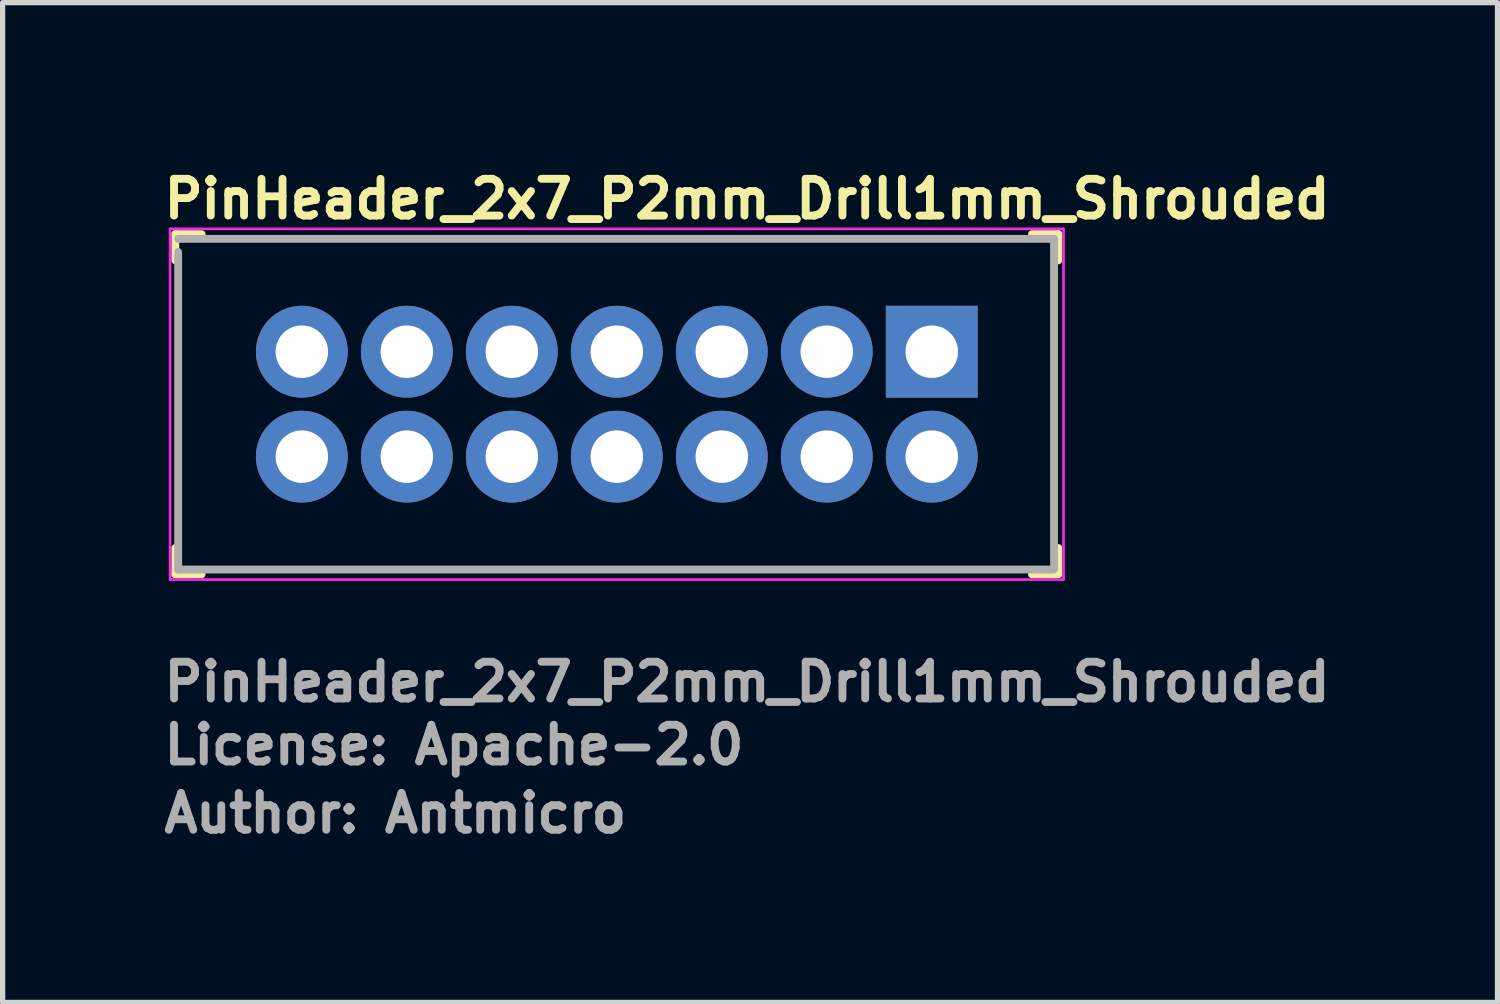
<source format=kicad_pcb>
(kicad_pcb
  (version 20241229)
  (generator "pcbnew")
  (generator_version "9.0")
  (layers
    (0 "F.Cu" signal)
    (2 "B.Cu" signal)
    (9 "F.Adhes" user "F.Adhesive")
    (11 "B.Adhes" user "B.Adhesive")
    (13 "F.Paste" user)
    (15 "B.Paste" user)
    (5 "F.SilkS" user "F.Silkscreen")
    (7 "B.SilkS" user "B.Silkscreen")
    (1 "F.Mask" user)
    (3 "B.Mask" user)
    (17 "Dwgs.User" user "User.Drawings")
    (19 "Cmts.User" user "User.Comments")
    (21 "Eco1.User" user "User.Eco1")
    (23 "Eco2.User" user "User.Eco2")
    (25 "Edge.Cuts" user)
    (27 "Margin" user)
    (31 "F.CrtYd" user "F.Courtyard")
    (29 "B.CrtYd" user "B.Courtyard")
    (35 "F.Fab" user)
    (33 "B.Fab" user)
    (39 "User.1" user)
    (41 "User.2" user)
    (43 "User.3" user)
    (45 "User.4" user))
  (footprint "PinHeader_2x7_P2mm_Drill1mm_Shrouded"
    (layer "F.Cu")
    (at 14.7 3.65)
    (property "Reference" "PinHeader_2x7_P2mm_Drill1mm_Shrouded" (at -14.7 -2.5 0) (layer "F.SilkS") (effects (font (size 0.7 0.7) (thickness 0.15)) (justify left bottom)))
    (attr through_hole)
    (fp_line (start -14.41 -2.24) (end -14.41 -1.74) (stroke (width 0.15) (type solid)) (layer "F.SilkS"))
    (fp_line (start -14.41 -2.24) (end -13.91 -2.24) (stroke (width 0.15) (type solid)) (layer "F.SilkS"))
    (fp_line (start -14.41 4.24) (end -14.41 3.74) (stroke (width 0.15) (type solid)) (layer "F.SilkS"))
    (fp_line (start -14.41 4.24) (end -13.91 4.24) (stroke (width 0.15) (type solid)) (layer "F.SilkS"))
    (fp_line (start 2.41 -2.24) (end 1.91 -2.24) (stroke (width 0.15) (type solid)) (layer "F.SilkS"))
    (fp_line (start 2.41 -2.24) (end 2.41 -1.74) (stroke (width 0.15) (type solid)) (layer "F.SilkS"))
    (fp_line (start 2.41 4.24) (end 1.91 4.24) (stroke (width 0.15) (type solid)) (layer "F.SilkS"))
    (fp_line (start 2.41 4.24) (end 2.41 3.74) (stroke (width 0.15) (type solid)) (layer "F.SilkS"))
    (fp_line (start -14.51 -2.34) (end -14.51 4.34) (stroke (width 0.05) (type solid)) (layer "F.CrtYd"))
    (fp_line (start 2.51 -2.34) (end -14.51 -2.34) (stroke (width 0.05) (type solid)) (layer "F.CrtYd"))
    (fp_line (start 2.51 -2.34) (end 2.51 4.34) (stroke (width 0.05) (type solid)) (layer "F.CrtYd"))
    (fp_line (start 2.51 4.34) (end -14.51 4.34) (stroke (width 0.05) (type solid)) (layer "F.CrtYd"))
    (fp_line (start -14.356 -2.15) (end 2.293 -2.15) (stroke (width 0.15) (type solid)) (layer "F.Fab"))
    (fp_line (start -14.356 -1.898) (end -14.356 4.15) (stroke (width 0.15) (type solid)) (layer "F.Fab"))
    (fp_line (start -14.356 4.15) (end 2.32 4.15) (stroke (width 0.15) (type solid)) (layer "F.Fab"))
    (fp_line (start 2.33 -2.15) (end 2.33 4.13) (stroke (width 0.15) (type solid)) (layer "F.Fab"))
    (fp_rect (start -14.326 -2.15) (end 2.325 4.15) (stroke (width 0.1) (type solid)) (fill no) (layer "User.5"))
    (fp_line (start -14.326 -2.15) (end -8 -2.15) (stroke (width 0.02) (type solid)) (layer "User.9"))
    (fp_line (start -14.326 0.248) (end -14.326 -2.15) (stroke (width 0.02) (type solid)) (layer "User.9"))
    (fp_line (start -14.326 0.248) (end -14.026 0.248) (stroke (width 0.02) (type solid)) (layer "User.9"))
    (fp_line (start -14.326 0.848) (end -14.326 0.248) (stroke (width 0.02) (type solid)) (layer "User.9"))
    (fp_line (start -14.326 0.848) (end -14.326 2.148) (stroke (width 0.02) (type solid)) (layer "User.9"))
    (fp_line (start -14.326 0.848) (end -13.426 0.848) (stroke (width 0.02) (type solid)) (layer "User.9"))
    (fp_line (start -14.326 2.749) (end -14.326 2.148) (stroke (width 0.02) (type solid)) (layer "User.9"))
    (fp_line (start -14.326 4.15) (end -14.326 2.749) (stroke (width 0.02) (type solid)) (layer "User.9"))
    (fp_line (start -14.326 4.15) (end 2.325 4.15) (stroke (width 0.02) (type solid)) (layer "User.9"))
    (fp_line (start -14.026 -1.851) (end -8 -1.851) (stroke (width 0.02) (type solid)) (layer "User.9"))
    (fp_line (start -14.026 0.248) (end -14.026 -1.851) (stroke (width 0.02) (type solid)) (layer "User.9"))
    (fp_line (start -14.026 2.749) (end -14.326 2.749) (stroke (width 0.02) (type solid)) (layer "User.9"))
    (fp_line (start -14.026 3.85) (end -14.026 2.749) (stroke (width 0.02) (type solid)) (layer "User.9"))
    (fp_line (start -13.426 -1.25) (end -14.026 -1.851) (stroke (width 0.02) (type solid)) (layer "User.9"))
    (fp_line (start -13.426 -1.25) (end -13.026 -1.25) (stroke (width 0.02) (type solid)) (layer "User.9"))
    (fp_line (start -13.426 0.848) (end -14.026 0.248) (stroke (width 0.02) (type solid)) (layer "User.9"))
    (fp_line (start -13.426 0.848) (end -13.426 -1.25) (stroke (width 0.02) (type solid)) (layer "User.9"))
    (fp_line (start -13.426 2.148) (end -14.326 2.148) (stroke (width 0.02) (type solid)) (layer "User.9"))
    (fp_line (start -13.426 2.148) (end -14.026 2.749) (stroke (width 0.02) (type solid)) (layer "User.9"))
    (fp_line (start -13.426 3.249) (end -14.026 3.85) (stroke (width 0.02) (type solid)) (layer "User.9"))
    (fp_line (start -13.426 3.249) (end -13.426 2.148) (stroke (width 0.02) (type solid)) (layer "User.9"))
    (fp_line (start -13.026 -1.5) (end -7.34 -1.5) (stroke (width 0.02) (type solid)) (layer "User.9"))
    (fp_line (start -13.026 -1.25) (end -13.026 -1.5) (stroke (width 0.02) (type solid)) (layer "User.9"))
    (fp_line (start -13.026 3.249) (end -13.426 3.249) (stroke (width 0.02) (type solid)) (layer "User.9"))
    (fp_line (start -13.026 3.249) (end -13.026 3.499) (stroke (width 0.02) (type solid)) (layer "User.9"))
    (fp_line (start -13.026 3.499) (end -12.401 3.499) (stroke (width 0.02) (type solid)) (layer "User.9"))
    (fp_line (start -12.401 3.249) (end -12.401 3.499) (stroke (width 0.02) (type solid)) (layer "User.9"))
    (fp_line (start -12.25 -0.25) (end -11.75 -0.25) (stroke (width 0.02) (type solid)) (layer "User.9"))
    (fp_line (start -12.25 0.248) (end -12.25 -0.25) (stroke (width 0.02) (type solid)) (layer "User.9"))
    (fp_line (start -12.25 0.248) (end -11.75 0.248) (stroke (width 0.02) (type solid)) (layer "User.9"))
    (fp_line (start -12.25 1.749) (end -12.1 1.898) (stroke (width 0.02) (type solid)) (layer "User.9"))
    (fp_line (start -12.25 1.749) (end -11.75 1.749) (stroke (width 0.02) (type solid)) (layer "User.9"))
    (fp_line (start -12.25 2.249) (end -12.25 1.749) (stroke (width 0.02) (type solid)) (layer "User.9"))
    (fp_line (start -12.25 2.249) (end -11.75 2.249) (stroke (width 0.02) (type solid)) (layer "User.9"))
    (fp_line (start -12.1 -0.102) (end -12.25 -0.25) (stroke (width 0.02) (type solid)) (layer "User.9"))
    (fp_line (start -12.1 -0.102) (end -11.901 -0.102) (stroke (width 0.02) (type solid)) (layer "User.9"))
    (fp_line (start -12.1 0.1) (end -12.25 0.248) (stroke (width 0.02) (type solid)) (layer "User.9"))
    (fp_line (start -12.1 0.1) (end -12.1 -0.102) (stroke (width 0.02) (type solid)) (layer "User.9"))
    (fp_line (start -12.1 0.1) (end -11.901 0.1) (stroke (width 0.02) (type solid)) (layer "User.9"))
    (fp_line (start -12.1 1.898) (end -11.901 1.898) (stroke (width 0.02) (type solid)) (layer "User.9"))
    (fp_line (start -12.1 2.1) (end -12.25 2.249) (stroke (width 0.02) (type solid)) (layer "User.9"))
    (fp_line (start -12.1 2.1) (end -12.1 1.898) (stroke (width 0.02) (type solid)) (layer "User.9"))
    (fp_line (start -12.1 2.1) (end -11.901 2.1) (stroke (width 0.02) (type solid)) (layer "User.9"))
    (fp_line (start -11.901 -0.102) (end -11.901 0.1) (stroke (width 0.02) (type solid)) (layer "User.9"))
    (fp_line (start -11.901 -0.102) (end -11.75 -0.25) (stroke (width 0.02) (type solid)) (layer "User.9"))
    (fp_line (start -11.901 0.1) (end -11.75 0.248) (stroke (width 0.02) (type solid)) (layer "User.9"))
    (fp_line (start -11.901 1.898) (end -11.901 2.1) (stroke (width 0.02) (type solid)) (layer "User.9"))
    (fp_line (start -11.901 1.898) (end -11.75 1.749) (stroke (width 0.02) (type solid)) (layer "User.9"))
    (fp_line (start -11.901 2.1) (end -11.75 2.249) (stroke (width 0.02) (type solid)) (layer "User.9"))
    (fp_line (start -11.75 -0.25) (end -11.75 0.248) (stroke (width 0.02) (type solid)) (layer "User.9"))
    (fp_line (start -11.75 1.749) (end -11.75 2.249) (stroke (width 0.02) (type solid)) (layer "User.9"))
    (fp_line (start -11.613 -1.5) (end -11.613 -1.25) (stroke (width 0.02) (type solid)) (layer "User.9"))
    (fp_line (start -11.6 3.249) (end -12.401 3.249) (stroke (width 0.02) (type solid)) (layer "User.9"))
    (fp_line (start -11.6 3.249) (end -11.6 3.499) (stroke (width 0.02) (type solid)) (layer "User.9"))
    (fp_line (start -11.6 3.499) (end -6.401 3.499) (stroke (width 0.02) (type solid)) (layer "User.9"))
    (fp_line (start -10.25 -0.25) (end -9.75 -0.25) (stroke (width 0.02) (type solid)) (layer "User.9"))
    (fp_line (start -10.25 0.248) (end -10.25 -0.25) (stroke (width 0.02) (type solid)) (layer "User.9"))
    (fp_line (start -10.25 0.248) (end -9.75 0.248) (stroke (width 0.02) (type solid)) (layer "User.9"))
    (fp_line (start -10.25 1.749) (end -10.1 1.898) (stroke (width 0.02) (type solid)) (layer "User.9"))
    (fp_line (start -10.25 1.749) (end -9.75 1.749) (stroke (width 0.02) (type solid)) (layer "User.9"))
    (fp_line (start -10.25 2.249) (end -10.25 1.749) (stroke (width 0.02) (type solid)) (layer "User.9"))
    (fp_line (start -10.25 2.249) (end -9.75 2.249) (stroke (width 0.02) (type solid)) (layer "User.9"))
    (fp_line (start -10.1 -0.102) (end -10.25 -0.25) (stroke (width 0.02) (type solid)) (layer "User.9"))
    (fp_line (start -10.1 -0.102) (end -9.901 -0.102) (stroke (width 0.02) (type solid)) (layer "User.9"))
    (fp_line (start -10.1 0.1) (end -10.25 0.248) (stroke (width 0.02) (type solid)) (layer "User.9"))
    (fp_line (start -10.1 0.1) (end -10.1 -0.102) (stroke (width 0.02) (type solid)) (layer "User.9"))
    (fp_line (start -10.1 0.1) (end -9.901 0.1) (stroke (width 0.02) (type solid)) (layer "User.9"))
    (fp_line (start -10.1 1.898) (end -9.901 1.898) (stroke (width 0.02) (type solid)) (layer "User.9"))
    (fp_line (start -10.1 2.1) (end -10.25 2.249) (stroke (width 0.02) (type solid)) (layer "User.9"))
    (fp_line (start -10.1 2.1) (end -10.1 1.898) (stroke (width 0.02) (type solid)) (layer "User.9"))
    (fp_line (start -10.1 2.1) (end -9.901 2.1) (stroke (width 0.02) (type solid)) (layer "User.9"))
    (fp_line (start -9.901 -0.102) (end -9.901 0.1) (stroke (width 0.02) (type solid)) (layer "User.9"))
    (fp_line (start -9.901 -0.102) (end -9.75 -0.25) (stroke (width 0.02) (type solid)) (layer "User.9"))
    (fp_line (start -9.901 0.1) (end -9.75 0.248) (stroke (width 0.02) (type solid)) (layer "User.9"))
    (fp_line (start -9.901 1.898) (end -9.901 2.1) (stroke (width 0.02) (type solid)) (layer "User.9"))
    (fp_line (start -9.901 1.898) (end -9.75 1.749) (stroke (width 0.02) (type solid)) (layer "User.9"))
    (fp_line (start -9.901 2.1) (end -9.75 2.249) (stroke (width 0.02) (type solid)) (layer "User.9"))
    (fp_line (start -9.75 -0.25) (end -9.75 0.248) (stroke (width 0.02) (type solid)) (layer "User.9"))
    (fp_line (start -9.75 1.749) (end -9.75 2.249) (stroke (width 0.02) (type solid)) (layer "User.9"))
    (fp_line (start -8.388 -1.5) (end -8.388 -1.25) (stroke (width 0.02) (type solid)) (layer "User.9"))
    (fp_line (start -8.388 -1.25) (end -11.613 -1.25) (stroke (width 0.02) (type solid)) (layer "User.9"))
    (fp_line (start -8.25 -0.25) (end -7.75 -0.25) (stroke (width 0.02) (type solid)) (layer "User.9"))
    (fp_line (start -8.25 0.248) (end -8.25 -0.25) (stroke (width 0.02) (type solid)) (layer "User.9"))
    (fp_line (start -8.25 0.248) (end -7.75 0.248) (stroke (width 0.02) (type solid)) (layer "User.9"))
    (fp_line (start -8.25 1.749) (end -8.1 1.898) (stroke (width 0.02) (type solid)) (layer "User.9"))
    (fp_line (start -8.25 1.749) (end -7.75 1.749) (stroke (width 0.02) (type solid)) (layer "User.9"))
    (fp_line (start -8.25 2.249) (end -8.25 1.749) (stroke (width 0.02) (type solid)) (layer "User.9"))
    (fp_line (start -8.25 2.249) (end -7.75 2.249) (stroke (width 0.02) (type solid)) (layer "User.9"))
    (fp_line (start -8.1 -0.102) (end -8.25 -0.25) (stroke (width 0.02) (type solid)) (layer "User.9"))
    (fp_line (start -8.1 -0.102) (end -7.901 -0.102) (stroke (width 0.02) (type solid)) (layer "User.9"))
    (fp_line (start -8.1 0.1) (end -8.25 0.248) (stroke (width 0.02) (type solid)) (layer "User.9"))
    (fp_line (start -8.1 0.1) (end -8.1 -0.102) (stroke (width 0.02) (type solid)) (layer "User.9"))
    (fp_line (start -8.1 0.1) (end -7.901 0.1) (stroke (width 0.02) (type solid)) (layer "User.9"))
    (fp_line (start -8.1 1.898) (end -7.901 1.898) (stroke (width 0.02) (type solid)) (layer "User.9"))
    (fp_line (start -8.1 2.1) (end -8.25 2.249) (stroke (width 0.02) (type solid)) (layer "User.9"))
    (fp_line (start -8.1 2.1) (end -8.1 1.898) (stroke (width 0.02) (type solid)) (layer "User.9"))
    (fp_line (start -8.1 2.1) (end -7.901 2.1) (stroke (width 0.02) (type solid)) (layer "User.9"))
    (fp_line (start -8 -2.15) (end -7.436 -2.15) (stroke (width 0.02) (type solid)) (layer "User.9"))
    (fp_line (start -8 -1.851) (end -7.952 -1.849) (stroke (width 0.02) (type solid)) (layer "User.9"))
    (fp_line (start -7.952 -1.849) (end -7.904 -1.845) (stroke (width 0.02) (type solid)) (layer "User.9"))
    (fp_line (start -7.904 -1.845) (end -7.856 -1.837) (stroke (width 0.02) (type solid)) (layer "User.9"))
    (fp_line (start -7.901 -0.102) (end -7.901 0.1) (stroke (width 0.02) (type solid)) (layer "User.9"))
    (fp_line (start -7.901 -0.102) (end -7.75 -0.25) (stroke (width 0.02) (type solid)) (layer "User.9"))
    (fp_line (start -7.901 0.1) (end -7.75 0.248) (stroke (width 0.02) (type solid)) (layer "User.9"))
    (fp_line (start -7.901 1.898) (end -7.901 2.1) (stroke (width 0.02) (type solid)) (layer "User.9"))
    (fp_line (start -7.901 1.898) (end -7.75 1.749) (stroke (width 0.02) (type solid)) (layer "User.9"))
    (fp_line (start -7.901 2.1) (end -7.75 2.249) (stroke (width 0.02) (type solid)) (layer "User.9"))
    (fp_line (start -7.856 -1.837) (end -7.808 -1.827) (stroke (width 0.02) (type solid)) (layer "User.9"))
    (fp_line (start -7.808 -1.827) (end -7.761 -1.813) (stroke (width 0.02) (type solid)) (layer "User.9"))
    (fp_line (start -7.761 -1.813) (end -7.715 -1.797) (stroke (width 0.02) (type solid)) (layer "User.9"))
    (fp_line (start -7.75 -0.25) (end -7.75 0.248) (stroke (width 0.02) (type solid)) (layer "User.9"))
    (fp_line (start -7.75 1.749) (end -7.75 2.249) (stroke (width 0.02) (type solid)) (layer "User.9"))
    (fp_line (start -7.715 -1.797) (end -7.67 -1.778) (stroke (width 0.02) (type solid)) (layer "User.9"))
    (fp_line (start -7.67 -1.778) (end -7.627 -1.758) (stroke (width 0.02) (type solid)) (layer "User.9"))
    (fp_line (start -7.627 -1.758) (end -7.585 -1.734) (stroke (width 0.02) (type solid)) (layer "User.9"))
    (fp_line (start -7.585 -1.734) (end -7.545 -1.708) (stroke (width 0.02) (type solid)) (layer "User.9"))
    (fp_line (start -7.545 -1.708) (end -7.505 -1.678) (stroke (width 0.02) (type solid)) (layer "User.9"))
    (fp_line (start -7.505 -1.678) (end -7.468 -1.647) (stroke (width 0.02) (type solid)) (layer "User.9"))
    (fp_line (start -7.468 -1.647) (end -7.433 -1.613) (stroke (width 0.02) (type solid)) (layer "User.9"))
    (fp_line (start -7.436 -2.15) (end -7.436 -2.15) (stroke (width 0.02) (type solid)) (layer "User.9"))
    (fp_line (start -7.436 -2.15) (end -7.375 -2.15) (stroke (width 0.02) (type solid)) (layer "User.9"))
    (fp_line (start -7.433 -1.613) (end -7.399 -1.579) (stroke (width 0.02) (type solid)) (layer "User.9"))
    (fp_line (start -7.399 -1.579) (end -7.369 -1.541) (stroke (width 0.02) (type solid)) (layer "User.9"))
    (fp_line (start -7.375 -2.15) (end -7.375 -2.15) (stroke (width 0.02) (type solid)) (layer "User.9"))
    (fp_line (start -7.375 -2.15) (end -7.324 -2.15) (stroke (width 0.02) (type solid)) (layer "User.9"))
    (fp_line (start -7.369 -1.541) (end -7.34 -1.5) (stroke (width 0.02) (type solid)) (layer "User.9"))
    (fp_line (start -7.34 -1.5) (end -7.202 -1.5) (stroke (width 0.02) (type solid)) (layer "User.9"))
    (fp_line (start -7.324 -2.15) (end -7.324 -2.15) (stroke (width 0.02) (type solid)) (layer "User.9"))
    (fp_line (start -7.324 -2.15) (end -7.281 -2.15) (stroke (width 0.02) (type solid)) (layer "User.9"))
    (fp_line (start -7.281 -2.15) (end -7.281 -2.15) (stroke (width 0.02) (type solid)) (layer "User.9"))
    (fp_line (start -7.281 -2.15) (end -7.245 -2.15) (stroke (width 0.02) (type solid)) (layer "User.9"))
    (fp_line (start -7.245 -2.15) (end -7.245 -2.15) (stroke (width 0.02) (type solid)) (layer "User.9"))
    (fp_line (start -7.245 -2.15) (end -7.221 -2.15) (stroke (width 0.02) (type solid)) (layer "User.9"))
    (fp_line (start -7.221 -2.15) (end -7.221 -2.15) (stroke (width 0.02) (type solid)) (layer "User.9"))
    (fp_line (start -7.221 -2.15) (end -7.207 -2.15) (stroke (width 0.02) (type solid)) (layer "User.9"))
    (fp_line (start -7.207 -2.15) (end -7.207 -2.15) (stroke (width 0.02) (type solid)) (layer "User.9"))
    (fp_line (start -7.207 -2.15) (end -7.202 -2.15) (stroke (width 0.02) (type solid)) (layer "User.9"))
    (fp_line (start -7.202 -2.15) (end -7.202 -1.5) (stroke (width 0.02) (type solid)) (layer "User.9"))
    (fp_line (start -6.401 3.249) (end -6.401 3.499) (stroke (width 0.02) (type solid)) (layer "User.9"))
    (fp_line (start -6.25 -0.25) (end -5.75 -0.25) (stroke (width 0.02) (type solid)) (layer "User.9"))
    (fp_line (start -6.25 0.248) (end -6.25 -0.25) (stroke (width 0.02) (type solid)) (layer "User.9"))
    (fp_line (start -6.25 0.248) (end -5.75 0.248) (stroke (width 0.02) (type solid)) (layer "User.9"))
    (fp_line (start -6.25 1.749) (end -6.101 1.898) (stroke (width 0.02) (type solid)) (layer "User.9"))
    (fp_line (start -6.25 1.749) (end -5.75 1.749) (stroke (width 0.02) (type solid)) (layer "User.9"))
    (fp_line (start -6.25 2.249) (end -6.25 1.749) (stroke (width 0.02) (type solid)) (layer "User.9"))
    (fp_line (start -6.25 2.249) (end -5.75 2.249) (stroke (width 0.02) (type solid)) (layer "User.9"))
    (fp_line (start -6.101 -0.102) (end -6.25 -0.25) (stroke (width 0.02) (type solid)) (layer "User.9"))
    (fp_line (start -6.101 -0.102) (end -5.901 -0.102) (stroke (width 0.02) (type solid)) (layer "User.9"))
    (fp_line (start -6.101 0.1) (end -6.25 0.248) (stroke (width 0.02) (type solid)) (layer "User.9"))
    (fp_line (start -6.101 0.1) (end -6.101 -0.102) (stroke (width 0.02) (type solid)) (layer "User.9"))
    (fp_line (start -6.101 0.1) (end -5.901 0.1) (stroke (width 0.02) (type solid)) (layer "User.9"))
    (fp_line (start -6.101 1.898) (end -5.901 1.898) (stroke (width 0.02) (type solid)) (layer "User.9"))
    (fp_line (start -6.101 2.1) (end -6.25 2.249) (stroke (width 0.02) (type solid)) (layer "User.9"))
    (fp_line (start -6.101 2.1) (end -6.101 1.898) (stroke (width 0.02) (type solid)) (layer "User.9"))
    (fp_line (start -6.101 2.1) (end -5.901 2.1) (stroke (width 0.02) (type solid)) (layer "User.9"))
    (fp_line (start -5.901 -0.102) (end -5.901 0.1) (stroke (width 0.02) (type solid)) (layer "User.9"))
    (fp_line (start -5.901 -0.102) (end -5.75 -0.25) (stroke (width 0.02) (type solid)) (layer "User.9"))
    (fp_line (start -5.901 0.1) (end -5.75 0.248) (stroke (width 0.02) (type solid)) (layer "User.9"))
    (fp_line (start -5.901 1.898) (end -5.901 2.1) (stroke (width 0.02) (type solid)) (layer "User.9"))
    (fp_line (start -5.901 1.898) (end -5.75 1.749) (stroke (width 0.02) (type solid)) (layer "User.9"))
    (fp_line (start -5.901 2.1) (end -5.75 2.249) (stroke (width 0.02) (type solid)) (layer "User.9"))
    (fp_line (start -5.75 -0.25) (end -5.75 0.248) (stroke (width 0.02) (type solid)) (layer "User.9"))
    (fp_line (start -5.75 1.749) (end -5.75 2.249) (stroke (width 0.02) (type solid)) (layer "User.9"))
    (fp_line (start -5.601 3.249) (end -6.401 3.249) (stroke (width 0.02) (type solid)) (layer "User.9"))
    (fp_line (start -5.601 3.499) (end -5.601 3.249) (stroke (width 0.02) (type solid)) (layer "User.9"))
    (fp_line (start -5.601 3.499) (end -0.402 3.499) (stroke (width 0.02) (type solid)) (layer "User.9"))
    (fp_line (start -4.8 -2.15) (end -7.202 -2.15) (stroke (width 0.02) (type solid)) (layer "User.9"))
    (fp_line (start -4.8 -2.15) (end -4.8 -1.5) (stroke (width 0.02) (type solid)) (layer "User.9"))
    (fp_line (start -4.8 -2.15) (end -4.795 -2.15) (stroke (width 0.02) (type solid)) (layer "User.9"))
    (fp_line (start -4.8 -1.5) (end -4.662 -1.5) (stroke (width 0.02) (type solid)) (layer "User.9"))
    (fp_line (start -4.795 -2.15) (end -4.795 -2.15) (stroke (width 0.02) (type solid)) (layer "User.9"))
    (fp_line (start -4.795 -2.15) (end -4.781 -2.15) (stroke (width 0.02) (type solid)) (layer "User.9"))
    (fp_line (start -4.781 -2.15) (end -4.781 -2.15) (stroke (width 0.02) (type solid)) (layer "User.9"))
    (fp_line (start -4.781 -2.15) (end -4.757 -2.15) (stroke (width 0.02) (type solid)) (layer "User.9"))
    (fp_line (start -4.757 -2.15) (end -4.757 -2.15) (stroke (width 0.02) (type solid)) (layer "User.9"))
    (fp_line (start -4.757 -2.15) (end -4.721 -2.15) (stroke (width 0.02) (type solid)) (layer "User.9"))
    (fp_line (start -4.721 -2.15) (end -4.721 -2.15) (stroke (width 0.02) (type solid)) (layer "User.9"))
    (fp_line (start -4.721 -2.15) (end -4.678 -2.15) (stroke (width 0.02) (type solid)) (layer "User.9"))
    (fp_line (start -4.678 -2.15) (end -4.678 -2.15) (stroke (width 0.02) (type solid)) (layer "User.9"))
    (fp_line (start -4.678 -2.15) (end -4.566 -2.15) (stroke (width 0.02) (type solid)) (layer "User.9"))
    (fp_line (start -4.662 -1.5) (end -4.633 -1.541) (stroke (width 0.02) (type solid)) (layer "User.9"))
    (fp_line (start -4.662 -1.5) (end 1.024 -1.5) (stroke (width 0.02) (type solid)) (layer "User.9"))
    (fp_line (start -4.633 -1.541) (end -4.603 -1.579) (stroke (width 0.02) (type solid)) (layer "User.9"))
    (fp_line (start -4.603 -1.579) (end -4.569 -1.613) (stroke (width 0.02) (type solid)) (layer "User.9"))
    (fp_line (start -4.569 -1.613) (end -4.534 -1.647) (stroke (width 0.02) (type solid)) (layer "User.9"))
    (fp_line (start -4.566 -2.15) (end -4.566 -2.15) (stroke (width 0.02) (type solid)) (layer "User.9"))
    (fp_line (start -4.566 -2.15) (end -4 -2.15) (stroke (width 0.02) (type solid)) (layer "User.9"))
    (fp_line (start -4.534 -1.647) (end -4.497 -1.678) (stroke (width 0.02) (type solid)) (layer "User.9"))
    (fp_line (start -4.497 -1.678) (end -4.457 -1.708) (stroke (width 0.02) (type solid)) (layer "User.9"))
    (fp_line (start -4.457 -1.708) (end -4.417 -1.734) (stroke (width 0.02) (type solid)) (layer "User.9"))
    (fp_line (start -4.417 -1.734) (end -4.374 -1.758) (stroke (width 0.02) (type solid)) (layer "User.9"))
    (fp_line (start -4.374 -1.758) (end -4.332 -1.778) (stroke (width 0.02) (type solid)) (layer "User.9"))
    (fp_line (start -4.332 -1.778) (end -4.287 -1.797) (stroke (width 0.02) (type solid)) (layer "User.9"))
    (fp_line (start -4.287 -1.797) (end -4.241 -1.813) (stroke (width 0.02) (type solid)) (layer "User.9"))
    (fp_line (start -4.25 -0.25) (end -3.75 -0.25) (stroke (width 0.02) (type solid)) (layer "User.9"))
    (fp_line (start -4.25 0.248) (end -4.25 -0.25) (stroke (width 0.02) (type solid)) (layer "User.9"))
    (fp_line (start -4.25 0.248) (end -3.75 0.248) (stroke (width 0.02) (type solid)) (layer "User.9"))
    (fp_line (start -4.25 1.749) (end -4.1 1.898) (stroke (width 0.02) (type solid)) (layer "User.9"))
    (fp_line (start -4.25 1.749) (end -3.75 1.749) (stroke (width 0.02) (type solid)) (layer "User.9"))
    (fp_line (start -4.25 2.249) (end -4.25 1.749) (stroke (width 0.02) (type solid)) (layer "User.9"))
    (fp_line (start -4.25 2.249) (end -3.75 2.249) (stroke (width 0.02) (type solid)) (layer "User.9"))
    (fp_line (start -4.241 -1.813) (end -4.194 -1.827) (stroke (width 0.02) (type solid)) (layer "User.9"))
    (fp_line (start -4.194 -1.827) (end -4.146 -1.837) (stroke (width 0.02) (type solid)) (layer "User.9"))
    (fp_line (start -4.146 -1.837) (end -4.098 -1.845) (stroke (width 0.02) (type solid)) (layer "User.9"))
    (fp_line (start -4.1 -0.102) (end -4.25 -0.25) (stroke (width 0.02) (type solid)) (layer "User.9"))
    (fp_line (start -4.1 -0.102) (end -3.9 -0.102) (stroke (width 0.02) (type solid)) (layer "User.9"))
    (fp_line (start -4.1 0.1) (end -4.25 0.248) (stroke (width 0.02) (type solid)) (layer "User.9"))
    (fp_line (start -4.1 0.1) (end -4.1 -0.102) (stroke (width 0.02) (type solid)) (layer "User.9"))
    (fp_line (start -4.1 0.1) (end -3.9 0.1) (stroke (width 0.02) (type solid)) (layer "User.9"))
    (fp_line (start -4.1 1.898) (end -3.9 1.898) (stroke (width 0.02) (type solid)) (layer "User.9"))
    (fp_line (start -4.1 2.1) (end -4.25 2.249) (stroke (width 0.02) (type solid)) (layer "User.9"))
    (fp_line (start -4.1 2.1) (end -4.1 1.898) (stroke (width 0.02) (type solid)) (layer "User.9"))
    (fp_line (start -4.1 2.1) (end -3.9 2.1) (stroke (width 0.02) (type solid)) (layer "User.9"))
    (fp_line (start -4.098 -1.845) (end -4.05 -1.849) (stroke (width 0.02) (type solid)) (layer "User.9"))
    (fp_line (start -4.05 -1.849) (end -4 -1.851) (stroke (width 0.02) (type solid)) (layer "User.9"))
    (fp_line (start -4 -2.15) (end -0.677 -2.15) (stroke (width 0.02) (type solid)) (layer "User.9"))
    (fp_line (start -4 -1.851) (end 2.023 -1.851) (stroke (width 0.02) (type solid)) (layer "User.9"))
    (fp_line (start -3.9 -0.102) (end -3.9 0.1) (stroke (width 0.02) (type solid)) (layer "User.9"))
    (fp_line (start -3.9 -0.102) (end -3.75 -0.25) (stroke (width 0.02) (type solid)) (layer "User.9"))
    (fp_line (start -3.9 0.1) (end -3.75 0.248) (stroke (width 0.02) (type solid)) (layer "User.9"))
    (fp_line (start -3.9 1.898) (end -3.9 2.1) (stroke (width 0.02) (type solid)) (layer "User.9"))
    (fp_line (start -3.9 1.898) (end -3.75 1.749) (stroke (width 0.02) (type solid)) (layer "User.9"))
    (fp_line (start -3.9 2.1) (end -3.75 2.249) (stroke (width 0.02) (type solid)) (layer "User.9"))
    (fp_line (start -3.75 -0.25) (end -3.75 0.248) (stroke (width 0.02) (type solid)) (layer "User.9"))
    (fp_line (start -3.75 1.749) (end -3.75 2.249) (stroke (width 0.02) (type solid)) (layer "User.9"))
    (fp_line (start -3.613 -1.5) (end -3.613 -1.25) (stroke (width 0.02) (type solid)) (layer "User.9"))
    (fp_line (start -2.25 -0.25) (end -1.75 -0.25) (stroke (width 0.02) (type solid)) (layer "User.9"))
    (fp_line (start -2.25 0.248) (end -2.25 -0.25) (stroke (width 0.02) (type solid)) (layer "User.9"))
    (fp_line (start -2.25 0.248) (end -1.75 0.248) (stroke (width 0.02) (type solid)) (layer "User.9"))
    (fp_line (start -2.25 1.749) (end -2.101 1.898) (stroke (width 0.02) (type solid)) (layer "User.9"))
    (fp_line (start -2.25 1.749) (end -1.75 1.749) (stroke (width 0.02) (type solid)) (layer "User.9"))
    (fp_line (start -2.25 2.249) (end -2.25 1.749) (stroke (width 0.02) (type solid)) (layer "User.9"))
    (fp_line (start -2.25 2.249) (end -1.75 2.249) (stroke (width 0.02) (type solid)) (layer "User.9"))
    (fp_line (start -2.101 -0.102) (end -2.25 -0.25) (stroke (width 0.02) (type solid)) (layer "User.9"))
    (fp_line (start -2.101 -0.102) (end -1.901 -0.102) (stroke (width 0.02) (type solid)) (layer "User.9"))
    (fp_line (start -2.101 0.1) (end -2.25 0.248) (stroke (width 0.02) (type solid)) (layer "User.9"))
    (fp_line (start -2.101 0.1) (end -2.101 -0.102) (stroke (width 0.02) (type solid)) (layer "User.9"))
    (fp_line (start -2.101 0.1) (end -1.901 0.1) (stroke (width 0.02) (type solid)) (layer "User.9"))
    (fp_line (start -2.101 1.898) (end -1.901 1.898) (stroke (width 0.02) (type solid)) (layer "User.9"))
    (fp_line (start -2.101 2.1) (end -2.25 2.249) (stroke (width 0.02) (type solid)) (layer "User.9"))
    (fp_line (start -2.101 2.1) (end -2.101 1.898) (stroke (width 0.02) (type solid)) (layer "User.9"))
    (fp_line (start -2.101 2.1) (end -1.901 2.1) (stroke (width 0.02) (type solid)) (layer "User.9"))
    (fp_line (start -1.901 -0.102) (end -1.901 0.1) (stroke (width 0.02) (type solid)) (layer "User.9"))
    (fp_line (start -1.901 -0.102) (end -1.75 -0.25) (stroke (width 0.02) (type solid)) (layer "User.9"))
    (fp_line (start -1.901 0.1) (end -1.75 0.248) (stroke (width 0.02) (type solid)) (layer "User.9"))
    (fp_line (start -1.901 1.898) (end -1.901 2.1) (stroke (width 0.02) (type solid)) (layer "User.9"))
    (fp_line (start -1.901 1.898) (end -1.75 1.749) (stroke (width 0.02) (type solid)) (layer "User.9"))
    (fp_line (start -1.901 2.1) (end -1.75 2.249) (stroke (width 0.02) (type solid)) (layer "User.9"))
    (fp_line (start -1.75 -0.25) (end -1.75 0.248) (stroke (width 0.02) (type solid)) (layer "User.9"))
    (fp_line (start -1.75 1.749) (end -1.75 2.249) (stroke (width 0.02) (type solid)) (layer "User.9"))
    (fp_line (start -0.677 -2.15) (end -0.677 -2.13) (stroke (width 0.02) (type solid)) (layer "User.9"))
    (fp_line (start -0.402 3.249) (end -0.402 3.499) (stroke (width 0.02) (type solid)) (layer "User.9"))
    (fp_line (start -0.389 -1.5) (end -0.389 -1.25) (stroke (width 0.02) (type solid)) (layer "User.9"))
    (fp_line (start -0.389 -1.25) (end -3.613 -1.25) (stroke (width 0.02) (type solid)) (layer "User.9"))
    (fp_line (start -0.25 -0.25) (end 0.248 -0.25) (stroke (width 0.02) (type solid)) (layer "User.9"))
    (fp_line (start -0.25 0.248) (end -0.25 -0.25) (stroke (width 0.02) (type solid)) (layer "User.9"))
    (fp_line (start -0.25 0.248) (end 0.248 0.248) (stroke (width 0.02) (type solid)) (layer "User.9"))
    (fp_line (start -0.25 1.749) (end -0.102 1.898) (stroke (width 0.02) (type solid)) (layer "User.9"))
    (fp_line (start -0.25 1.749) (end 0.248 1.749) (stroke (width 0.02) (type solid)) (layer "User.9"))
    (fp_line (start -0.25 2.249) (end -0.25 1.749) (stroke (width 0.02) (type solid)) (layer "User.9"))
    (fp_line (start -0.25 2.249) (end 0.248 2.249) (stroke (width 0.02) (type solid)) (layer "User.9"))
    (fp_line (start -0.176 -2.15) (end -0.677 -2.15) (stroke (width 0.02) (type solid)) (layer "User.9"))
    (fp_line (start -0.176 -2.15) (end -0.176 -2.13) (stroke (width 0.02) (type solid)) (layer "User.9"))
    (fp_line (start -0.102 -0.102) (end -0.25 -0.25) (stroke (width 0.02) (type solid)) (layer "User.9"))
    (fp_line (start -0.102 -0.102) (end 0.1 -0.102) (stroke (width 0.02) (type solid)) (layer "User.9"))
    (fp_line (start -0.102 0.1) (end -0.25 0.248) (stroke (width 0.02) (type solid)) (layer "User.9"))
    (fp_line (start -0.102 0.1) (end -0.102 -0.102) (stroke (width 0.02) (type solid)) (layer "User.9"))
    (fp_line (start -0.102 0.1) (end 0.1 0.1) (stroke (width 0.02) (type solid)) (layer "User.9"))
    (fp_line (start -0.102 1.898) (end 0.1 1.898) (stroke (width 0.02) (type solid)) (layer "User.9"))
    (fp_line (start -0.102 2.1) (end -0.25 2.249) (stroke (width 0.02) (type solid)) (layer "User.9"))
    (fp_line (start -0.102 2.1) (end -0.102 1.898) (stroke (width 0.02) (type solid)) (layer "User.9"))
    (fp_line (start -0.102 2.1) (end 0.1 2.1) (stroke (width 0.02) (type solid)) (layer "User.9"))
    (fp_line (start 0.1 -0.102) (end 0.1 0.1) (stroke (width 0.02) (type solid)) (layer "User.9"))
    (fp_line (start 0.1 -0.102) (end 0.248 -0.25) (stroke (width 0.02) (type solid)) (layer "User.9"))
    (fp_line (start 0.1 0.1) (end 0.248 0.248) (stroke (width 0.02) (type solid)) (layer "User.9"))
    (fp_line (start 0.1 1.898) (end 0.1 2.1) (stroke (width 0.02) (type solid)) (layer "User.9"))
    (fp_line (start 0.1 1.898) (end 0.248 1.749) (stroke (width 0.02) (type solid)) (layer "User.9"))
    (fp_line (start 0.1 2.1) (end 0.248 2.249) (stroke (width 0.02) (type solid)) (layer "User.9"))
    (fp_line (start 0.248 -0.25) (end 0.248 0.248) (stroke (width 0.02) (type solid)) (layer "User.9"))
    (fp_line (start 0.248 1.749) (end 0.248 2.249) (stroke (width 0.02) (type solid)) (layer "User.9"))
    (fp_line (start 0.325 -2.15) (end -0.176 -2.15) (stroke (width 0.02) (type solid)) (layer "User.9"))
    (fp_line (start 0.325 -2.15) (end 0.325 -2.13) (stroke (width 0.02) (type solid)) (layer "User.9"))
    (fp_line (start 0.325 -2.15) (end 2.325 -2.15) (stroke (width 0.02) (type solid)) (layer "User.9"))
    (fp_line (start 0.325 -2.13) (end -0.677 -2.13) (stroke (width 0.02) (type solid)) (layer "User.9"))
    (fp_line (start 0.4 3.249) (end -0.402 3.249) (stroke (width 0.02) (type solid)) (layer "User.9"))
    (fp_line (start 0.4 3.249) (end 0.4 3.499) (stroke (width 0.02) (type solid)) (layer "User.9"))
    (fp_line (start 0.4 3.499) (end 1.024 3.499) (stroke (width 0.02) (type solid)) (layer "User.9"))
    (fp_line (start 1.024 -1.25) (end 1.024 -1.5) (stroke (width 0.02) (type solid)) (layer "User.9"))
    (fp_line (start 1.024 -1.25) (end 1.425 -1.25) (stroke (width 0.02) (type solid)) (layer "User.9"))
    (fp_line (start 1.024 3.249) (end 1.024 3.499) (stroke (width 0.02) (type solid)) (layer "User.9"))
    (fp_line (start 1.425 -1.25) (end 1.425 -0.15) (stroke (width 0.02) (type solid)) (layer "User.9"))
    (fp_line (start 1.425 -1.25) (end 2.023 -1.851) (stroke (width 0.02) (type solid)) (layer "User.9"))
    (fp_line (start 1.425 -0.15) (end 2.023 -0.75) (stroke (width 0.02) (type solid)) (layer "User.9"))
    (fp_line (start 1.425 -0.15) (end 2.325 -0.15) (stroke (width 0.02) (type solid)) (layer "User.9"))
    (fp_line (start 1.425 1.148) (end 1.425 3.249) (stroke (width 0.02) (type solid)) (layer "User.9"))
    (fp_line (start 1.425 1.148) (end 2.023 1.749) (stroke (width 0.02) (type solid)) (layer "User.9"))
    (fp_line (start 1.425 3.249) (end 1.024 3.249) (stroke (width 0.02) (type solid)) (layer "User.9"))
    (fp_line (start 1.425 3.249) (end 2.023 3.85) (stroke (width 0.02) (type solid)) (layer "User.9"))
    (fp_line (start 2.023 -1.851) (end 2.023 -0.75) (stroke (width 0.02) (type solid)) (layer "User.9"))
    (fp_line (start 2.023 -0.75) (end 2.325 -0.75) (stroke (width 0.02) (type solid)) (layer "User.9"))
    (fp_line (start 2.023 1.749) (end 2.023 3.85) (stroke (width 0.02) (type solid)) (layer "User.9"))
    (fp_line (start 2.023 3.85) (end -14.026 3.85) (stroke (width 0.02) (type solid)) (layer "User.9"))
    (fp_line (start 2.325 -0.75) (end 2.325 -2.15) (stroke (width 0.02) (type solid)) (layer "User.9"))
    (fp_line (start 2.325 -0.75) (end 2.325 -0.15) (stroke (width 0.02) (type solid)) (layer "User.9"))
    (fp_line (start 2.325 -0.15) (end 2.325 1.148) (stroke (width 0.02) (type solid)) (layer "User.9"))
    (fp_line (start 2.325 1.148) (end 1.425 1.148) (stroke (width 0.02) (type solid)) (layer "User.9"))
    (fp_line (start 2.325 1.148) (end 2.325 1.749) (stroke (width 0.02) (type solid)) (layer "User.9"))
    (fp_line (start 2.325 1.749) (end 2.023 1.749) (stroke (width 0.02) (type solid)) (layer "User.9"))
    (fp_line (start 2.325 4.15) (end 2.325 1.749) (stroke (width 0.02) (type solid)) (layer "User.9"))
    (fp_text user "Author: Antmicro" (at -14.7 9.2 0) (layer "F.Fab") (effects (font (size 0.7 0.7) (thickness 0.15)) (justify left bottom)))
    (fp_text user "License: Apache-2.0" (at -14.7 7.9 0) (layer "F.Fab") (effects (font (size 0.7 0.7) (thickness 0.15)) (justify left bottom)))
    (fp_text user "${REFERENCE}" (at -14.7 6.7 0) (layer "F.Fab") (effects (font (size 0.7 0.7) (thickness 0.15)) (justify left bottom)))
    (pad "1" thru_hole rect (at 0 0) (size 1.75 1.75) (drill 1) (layers "*.Cu" "*.Mask"))
    (pad "2" thru_hole circle (at 0 1.999) (size 1.75 1.75) (drill 1) (layers "*.Cu" "*.Mask"))
    (pad "3" thru_hole circle (at -2 0) (size 1.75 1.75) (drill 1) (layers "*.Cu" "*.Mask"))
    (pad "4" thru_hole circle (at -2 1.999) (size 1.75 1.75) (drill 1) (layers "*.Cu" "*.Mask"))
    (pad "5" thru_hole circle (at -4 0) (size 1.75 1.75) (drill 1) (layers "*.Cu" "*.Mask"))
    (pad "6" thru_hole circle (at -4 1.999) (size 1.75 1.75) (drill 1) (layers "*.Cu" "*.Mask"))
    (pad "7" thru_hole circle (at -6 0) (size 1.75 1.75) (drill 1) (layers "*.Cu" "*.Mask"))
    (pad "8" thru_hole circle (at -6 1.999) (size 1.75 1.75) (drill 1) (layers "*.Cu" "*.Mask"))
    (pad "9" thru_hole circle (at -8 0) (size 1.75 1.75) (drill 1) (layers "*.Cu" "*.Mask"))
    (pad "10" thru_hole circle (at -8 1.999) (size 1.75 1.75) (drill 1) (layers "*.Cu" "*.Mask"))
    (pad "11" thru_hole circle (at -10 0) (size 1.75 1.75) (drill 1) (layers "*.Cu" "*.Mask"))
    (pad "12" thru_hole circle (at -10 1.999) (size 1.75 1.75) (drill 1) (layers "*.Cu" "*.Mask"))
    (pad "13" thru_hole circle (at -12 0) (size 1.75 1.75) (drill 1) (layers "*.Cu" "*.Mask"))
    (pad "14" thru_hole circle (at -12 1.999) (size 1.75 1.75) (drill 1) (layers "*.Cu" "*.Mask")))
  (gr_rect
    (start -3 -3)
    (end 25.477 16.046)
    (stroke (width 0.1) (type default))
    (fill no)
    (layer "Edge.Cuts")))
</source>
